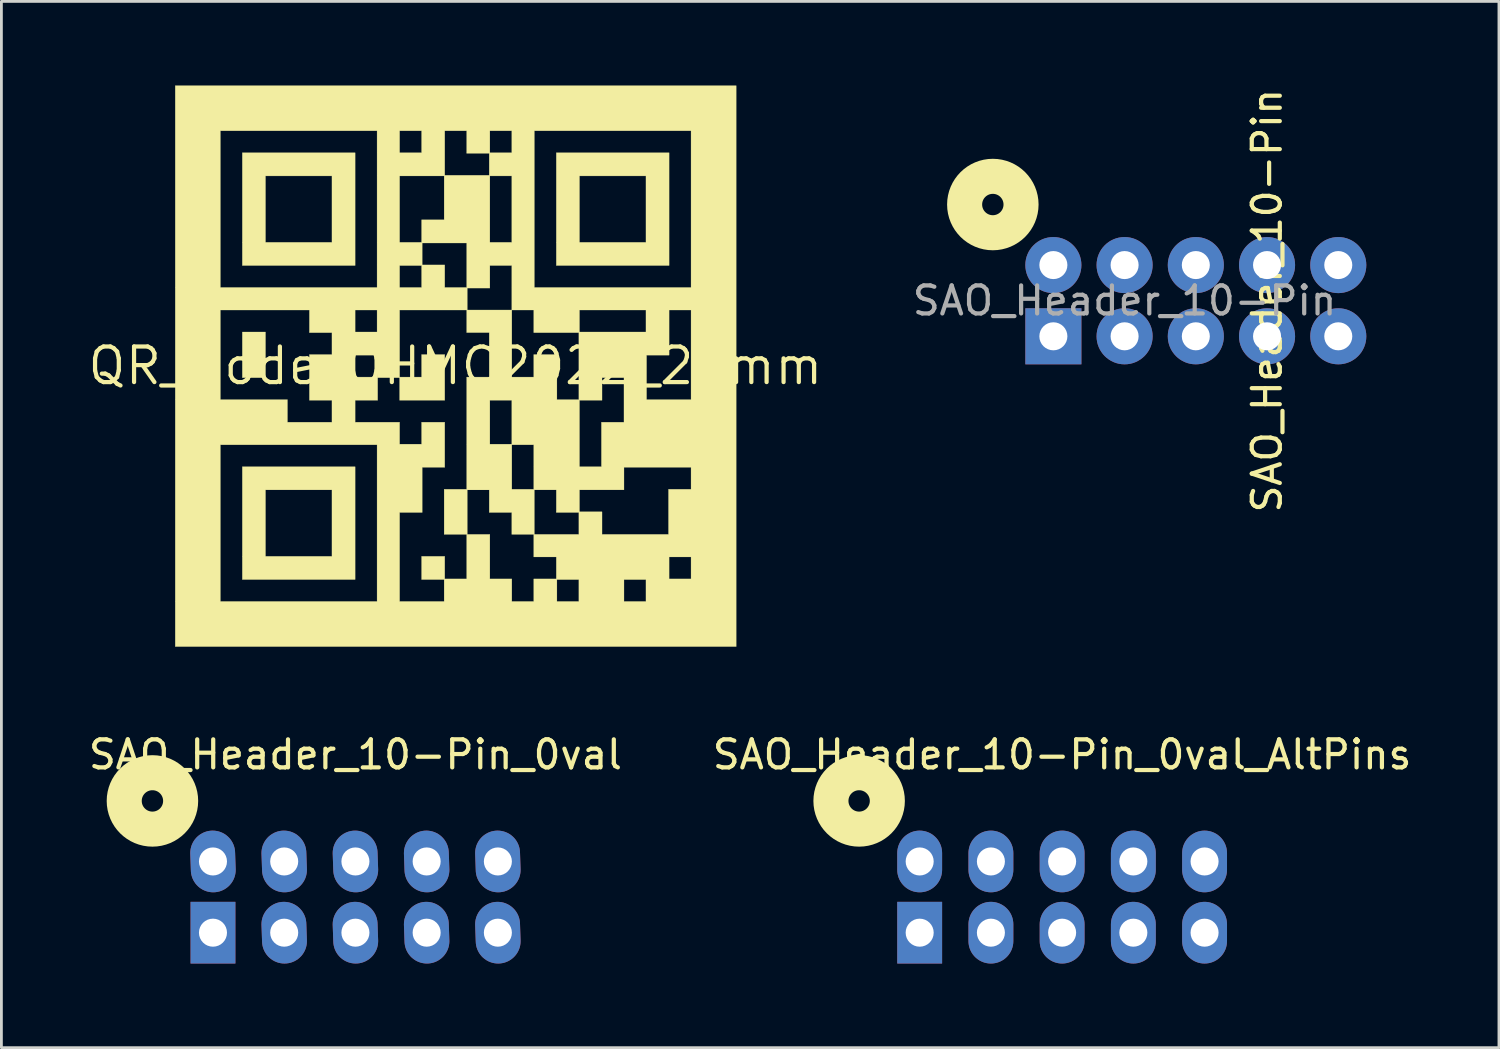
<source format=kicad_pcb>
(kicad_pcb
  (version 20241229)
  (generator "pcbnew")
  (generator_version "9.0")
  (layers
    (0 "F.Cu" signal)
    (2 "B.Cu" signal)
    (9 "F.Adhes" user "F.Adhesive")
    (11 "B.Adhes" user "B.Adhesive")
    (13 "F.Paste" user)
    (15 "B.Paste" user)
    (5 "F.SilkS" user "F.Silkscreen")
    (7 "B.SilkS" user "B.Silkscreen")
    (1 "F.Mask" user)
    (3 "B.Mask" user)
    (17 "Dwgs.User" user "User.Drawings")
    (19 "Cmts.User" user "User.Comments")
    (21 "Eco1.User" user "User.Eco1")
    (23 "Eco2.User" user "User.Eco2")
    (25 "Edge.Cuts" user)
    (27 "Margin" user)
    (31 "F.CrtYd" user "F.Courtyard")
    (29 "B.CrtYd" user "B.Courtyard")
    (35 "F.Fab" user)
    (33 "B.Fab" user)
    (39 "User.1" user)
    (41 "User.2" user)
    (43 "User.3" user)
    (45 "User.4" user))
  (footprint "SAO_Header_10-Pin_0val_AltPins"
    (layer "F.Cu")
    (at 34.827 28.941)
    (property "Reference" "SAO_Header_10-Pin_0val_AltPins" (at 0 -5.08 180) (layer "F.SilkS") (effects (font (size 1 1) (thickness 0.15))))
    (attr through_hole)
    (fp_circle (center -7.239 -3.429) (end -6.858 -3.429) (stroke (width 1.25) (type solid)) (fill no) (layer "F.SilkS"))
    (pad "1" thru_hole oval (at -5.08 -1.27 90) (size 2.2 1.6) (drill 1) (layers "*.Cu" "*.Mask"))
    (pad "2" thru_hole rect (at -5.08 1.27 90) (size 2.2 1.6) (drill 1) (layers "*.Cu" "*.Mask"))
    (pad "3" thru_hole oval (at -2.54 -1.27 90) (size 2.2 1.6) (drill 1) (layers "*.Cu" "*.Mask"))
    (pad "4" thru_hole oval (at -2.54 1.27 90) (size 2.2 1.6) (drill 1) (layers "*.Cu" "*.Mask"))
    (pad "5" thru_hole oval (at 0 -1.27 90) (size 2.2 1.6) (drill 1) (layers "*.Cu" "*.Mask"))
    (pad "6" thru_hole oval (at 0 1.27 90) (size 2.2 1.6) (drill 1) (layers "*.Cu" "*.Mask"))
    (pad "7" thru_hole oval (at 2.54 -1.27 90) (size 2.2 1.6) (drill 1) (layers "*.Cu" "*.Mask"))
    (pad "8" thru_hole oval (at 2.54 1.27 90) (size 2.2 1.6) (drill 1) (layers "*.Cu" "*.Mask"))
    (pad "9" thru_hole oval (at 5.08 -1.27 90) (size 2.2 1.6) (drill 1) (layers "*.Cu" "*.Mask"))
    (pad "10" thru_hole oval (at 5.08 1.27 90) (size 2.2 1.6) (drill 1) (layers "*.Cu" "*.Mask")))
  (footprint "SAO_Header_10-Pin_0val"
    (layer "F.Cu")
    (at 9.625 28.941)
    (property "Reference" "SAO_Header_10-Pin_0val" (at 0 -5.08 180) (layer "F.SilkS") (effects (font (size 1 1) (thickness 0.15))))
    (attr through_hole)
    (fp_circle (center -7.239 -3.429) (end -6.858 -3.429) (stroke (width 1.25) (type solid)) (fill no) (layer "F.SilkS"))
    (pad "1" thru_hole oval (at -5.08 -1.27 92) (size 2.2 1.6) (drill 1) (layers "*.Cu" "*.Mask"))
    (pad "2" thru_hole oval (at -2.54 -1.27 92) (size 2.2 1.6) (drill 1) (layers "*.Cu" "*.Mask"))
    (pad "3" thru_hole oval (at 0 -1.27 92) (size 2.2 1.6) (drill 1) (layers "*.Cu" "*.Mask"))
    (pad "4" thru_hole oval (at 2.54 -1.27 92) (size 2.2 1.6) (drill 1) (layers "*.Cu" "*.Mask"))
    (pad "5" thru_hole oval (at 5.08 -1.27 92) (size 2.2 1.6) (drill 1) (layers "*.Cu" "*.Mask"))
    (pad "6" thru_hole oval (at 5.08 1.27 92) (size 2.2 1.6) (drill 1) (layers "*.Cu" "*.Mask"))
    (pad "7" thru_hole oval (at 2.54 1.27 92) (size 2.2 1.6) (drill 1) (layers "*.Cu" "*.Mask"))
    (pad "8" thru_hole oval (at 0 1.27 92) (size 2.2 1.6) (drill 1) (layers "*.Cu" "*.Mask"))
    (pad "9" thru_hole oval (at -2.54 1.27 92) (size 2.2 1.6) (drill 1) (layers "*.Cu" "*.Mask"))
    (pad "10" thru_hole rect (at -5.08 1.27 90) (size 2.2 1.6) (drill 1) (layers "*.Cu" "*.Mask")))
  (footprint "SAO_Header_10-Pin"
    (layer "F.Cu")
    (at 39.595 7.673)
    (property "Reference" "SAO_Header_10-Pin" (at 2.54 0 90) (layer "F.SilkS") (effects (font (size 1 1) (thickness 0.15))))
    (attr through_hole)
    (fp_circle (center -7.239 -3.429) (end -6.858 -3.429) (stroke (width 1.25) (type solid)) (fill no) (layer "F.SilkS"))
    (fp_text user "${REFERENCE}" (at -2.54 0 180) (layer "F.Fab") (effects (font (size 1 1) (thickness 0.15))))
    (pad "1" thru_hole circle (at -5.08 -1.27 92) (size 2 2) (drill 1) (layers "*.Cu" "*.Mask"))
    (pad "2" thru_hole circle (at -2.54 -1.27 92) (size 2 2) (drill 1) (layers "*.Cu" "*.Mask"))
    (pad "3" thru_hole circle (at 0 -1.27 92) (size 2 2) (drill 1) (layers "*.Cu" "*.Mask"))
    (pad "4" thru_hole circle (at 2.54 -1.27 92) (size 2 2) (drill 1) (layers "*.Cu" "*.Mask"))
    (pad "5" thru_hole circle (at 5.08 -1.27 92) (size 2 2) (drill 1) (layers "*.Cu" "*.Mask"))
    (pad "6" thru_hole circle (at 5.08 1.27 90) (size 2 2) (drill 1) (layers "*.Cu" "*.Mask"))
    (pad "7" thru_hole circle (at 2.54 1.27 90) (size 2 2) (drill 1) (layers "*.Cu" "*.Mask"))
    (pad "8" thru_hole circle (at 0 1.27 90) (size 2 2) (drill 1) (layers "*.Cu" "*.Mask"))
    (pad "9" thru_hole circle (at -2.54 1.27 90) (size 2 2) (drill 1) (layers "*.Cu" "*.Mask"))
    (pad "10" thru_hole rect (at -5.08 1.27 90) (size 2 2) (drill 1) (layers "*.Cu" "*.Mask")))
  (footprint "QR_Code_OHMC2022_20mm"
    (layer "F.Cu")
    (at 13.191 9.996)
    (property "Reference" "QR_Code_OHMC2022_20mm" (at 0 0 0) (layer "F.SilkS") (effects (font (size 1.27 1.27) (thickness 0.15))))
    (attr through_hole)
    (fp_poly (pts (xy -6.773 0.423) (xy -7.599 0.423) (xy -7.599 -1.206) (xy -6.773 -1.206) (xy -6.773 0.423)) (stroke (width 0.01) (type solid)) (fill yes) (layer "F.SilkS"))
    (fp_poly (pts (xy -3.577 -3.577) (xy -7.599 -3.577) (xy -7.599 -6.773) (xy -6.773 -6.773) (xy -6.773 -4.403) (xy -4.403 -4.403) (xy -4.403 -6.773) (xy -6.773 -6.773) (xy -7.599 -6.773) (xy -7.599 -7.599) (xy -3.577 -7.599) (xy -3.577 -3.577)) (stroke (width 0.01) (type solid)) (fill yes) (layer "F.SilkS"))
    (fp_poly (pts (xy -3.577 7.62) (xy -7.599 7.62) (xy -7.599 4.424) (xy -6.773 4.424) (xy -6.773 6.795) (xy -4.403 6.795) (xy -4.403 4.424) (xy -6.773 4.424) (xy -7.599 4.424) (xy -7.599 3.598) (xy -3.577 3.598) (xy -3.577 7.62)) (stroke (width 0.01) (type solid)) (fill yes) (layer "F.SilkS"))
    (fp_poly (pts (xy 7.62 -3.577) (xy 3.598 -3.577) (xy 3.598 -6.773) (xy 4.424 -6.773) (xy 4.424 -4.403) (xy 6.795 -4.403) (xy 6.795 -6.773) (xy 4.424 -6.773) (xy 3.598 -6.773) (xy 3.598 -7.599) (xy 7.62 -7.599) (xy 7.62 -3.577)) (stroke (width 0.01) (type solid)) (fill yes) (layer "F.SilkS"))
    (fp_poly (pts (xy 10.012 10.012) (xy -9.991 10.012) (xy -9.991 2.815) (xy -8.382 2.815) (xy -8.382 8.403) (xy -2.794 8.403) (xy -2.794 2.815) (xy -8.382 2.815) (xy -9.991 2.815) (xy -9.991 -1.99) (xy -8.382 -1.99) (xy -8.382 1.206) (xy -5.99 1.206) (xy -5.99 2.011) (xy -4.403 2.011) (xy -4.403 1.228) (xy -3.577 1.228) (xy -3.577 2.011) (xy -1.99 2.011) (xy -1.99 2.794) (xy -1.206 2.794) (xy -1.206 2.011) (xy -0.381 2.011) (xy -0.381 3.619) (xy -1.185 3.619) (xy -1.185 5.228) (xy -1.99 5.228) (xy -1.99 8.403) (xy -0.402 8.403) (xy -0.402 7.62) (xy -1.206 7.62) (xy -1.206 6.795) (xy -0.381 6.795) (xy -0.381 7.599) (xy 0.402 7.599) (xy 0.402 6.011) (xy -0.402 6.011) (xy -0.402 4.424) (xy 0.423 4.424) (xy 0.423 6.011) (xy 1.228 6.011) (xy 1.228 7.599) (xy 2.011 7.599) (xy 2.011 8.403) (xy 2.794 8.403) (xy 2.794 7.62) (xy 3.619 7.62) (xy 3.619 8.403) (xy 4.403 8.403) (xy 4.403 7.62) (xy 6.011 7.62) (xy 6.011 8.403) (xy 6.795 8.403) (xy 6.795 7.62) (xy 6.011 7.62) (xy 4.403 7.62) (xy 3.619 7.62) (xy 2.794 7.62) (xy 2.794 7.599) (xy 3.598 7.599) (xy 3.598 6.816) (xy 7.62 6.816) (xy 7.62 7.599) (xy 8.403 7.599) (xy 8.403 6.816) (xy 7.62 6.816) (xy 3.598 6.816) (xy 2.794 6.816) (xy 2.794 6.011) (xy 2.011 6.011) (xy 2.011 5.228) (xy 1.206 5.228) (xy 1.206 4.424) (xy 2.815 4.424) (xy 2.815 6.011) (xy 4.403 6.011) (xy 4.403 5.228) (xy 3.598 5.228) (xy 3.598 4.424) (xy 4.424 4.424) (xy 4.424 5.207) (xy 5.228 5.207) (xy 5.228 6.011) (xy 7.599 6.011) (xy 7.599 4.403) (xy 8.403 4.403) (xy 8.403 3.619) (xy 6.011 3.619) (xy 6.011 4.424) (xy 4.424 4.424) (xy 3.598 4.424) (xy 2.815 4.424) (xy 1.206 4.424) (xy 0.423 4.424) (xy -0.402 4.424) (xy -0.402 4.403) (xy 0.402 4.403) (xy 0.402 2.815) (xy 2.011 2.815) (xy 2.011 4.403) (xy 2.794 4.403) (xy 2.794 2.815) (xy 2.011 2.815) (xy 0.402 2.815) (xy 0.402 1.228) (xy 1.228 1.228) (xy 1.228 2.794) (xy 2.011 2.794) (xy 2.011 1.228) (xy 4.424 1.228) (xy 4.424 3.598) (xy 5.207 3.598) (xy 5.207 2.011) (xy 6.011 2.011) (xy 6.011 0.423) (xy 5.228 0.423) (xy 5.228 1.228) (xy 4.424 1.228) (xy 2.011 1.228) (xy 1.228 1.228) (xy 0.402 1.228) (xy 0.402 0.402) (xy 1.206 0.402) (xy 1.206 -1.185) (xy 0.402 -1.185) (xy 0.402 -1.99) (xy -1.99 -1.99) (xy -1.99 0.402) (xy -1.206 0.402) (xy -1.206 -0.402) (xy -0.381 -0.402) (xy -0.381 1.228) (xy -1.99 1.228) (xy -1.99 0.423) (xy -2.773 0.423) (xy -2.773 1.228) (xy -3.577 1.228) (xy -4.403 1.228) (xy -5.207 1.228) (xy -5.207 -0.381) (xy -3.577 -0.381) (xy -3.577 0.402) (xy -2.794 0.402) (xy -2.794 -0.381) (xy -3.577 -0.381) (xy -5.207 -0.381) (xy -5.207 -0.402) (xy -4.403 -0.402) (xy -4.403 -1.185) (xy -5.207 -1.185) (xy -5.207 -1.99) (xy -3.577 -1.99) (xy -3.577 -1.206) (xy -2.794 -1.206) (xy -2.794 -1.99) (xy -3.577 -1.99) (xy -5.207 -1.99) (xy -8.382 -1.99) (xy -9.991 -1.99) (xy -9.991 -2.773) (xy 0.423 -2.773) (xy 0.423 -1.99) (xy 2.011 -1.99) (xy 2.011 0.402) (xy 2.794 0.402) (xy 2.794 -0.402) (xy 3.619 -0.402) (xy 3.619 1.206) (xy 4.403 1.206) (xy 4.403 -0.381) (xy 6.816 -0.381) (xy 6.816 1.206) (xy 8.403 1.206) (xy 8.403 -1.99) (xy 7.62 -1.99) (xy 7.62 -0.381) (xy 6.816 -0.381) (xy 4.403 -0.381) (xy 4.403 -1.185) (xy 2.794 -1.185) (xy 2.794 -1.99) (xy 4.424 -1.99) (xy 4.424 -1.206) (xy 6.795 -1.206) (xy 6.795 -1.99) (xy 4.424 -1.99) (xy 2.794 -1.99) (xy 2.011 -1.99) (xy 2.011 -3.577) (xy 1.228 -3.577) (xy 1.228 -2.773) (xy 0.423 -2.773) (xy -9.991 -2.773) (xy -9.991 -8.382) (xy -8.382 -8.382) (xy -8.382 -2.794) (xy -2.794 -2.794) (xy -2.794 -3.577) (xy -1.99 -3.577) (xy -1.99 -2.794) (xy -1.206 -2.794) (xy -1.206 -3.577) (xy -1.99 -3.577) (xy -2.794 -3.577) (xy -2.794 -4.381) (xy -1.185 -4.381) (xy -1.185 -3.598) (xy -0.381 -3.598) (xy -0.381 -2.794) (xy 0.402 -2.794) (xy 0.402 -4.381) (xy -1.185 -4.381) (xy -2.794 -4.381) (xy -2.794 -6.773) (xy -1.99 -6.773) (xy -1.99 -4.403) (xy -1.206 -4.403) (xy -1.206 -5.207) (xy -0.402 -5.207) (xy -0.402 -6.773) (xy 1.228 -6.773) (xy 1.228 -4.403) (xy 2.011 -4.403) (xy 2.011 -6.773) (xy 1.228 -6.773) (xy -0.402 -6.773) (xy -1.99 -6.773) (xy -2.794 -6.773) (xy -2.794 -8.382) (xy -1.99 -8.382) (xy -1.99 -7.599) (xy -1.206 -7.599) (xy -1.206 -8.382) (xy -0.381 -8.382) (xy -0.381 -6.795) (xy 1.206 -6.795) (xy 1.206 -7.578) (xy 0.402 -7.578) (xy 0.402 -8.382) (xy 1.228 -8.382) (xy 1.228 -7.599) (xy 2.011 -7.599) (xy 2.011 -8.382) (xy 2.815 -8.382) (xy 2.815 -2.794) (xy 8.403 -2.794) (xy 8.403 -8.382) (xy 2.815 -8.382) (xy 2.011 -8.382) (xy 1.228 -8.382) (xy 0.402 -8.382) (xy -0.381 -8.382) (xy -1.206 -8.382) (xy -1.99 -8.382) (xy -2.794 -8.382) (xy -8.382 -8.382) (xy -9.991 -8.382) (xy -9.991 -9.991) (xy 10.012 -9.991) (xy 10.012 10.012)) (stroke (width 0.01) (type solid)) (fill yes) (layer "F.SilkS")))
  (gr_rect
    (start -3 -3)
    (end 50.405 34.311)
    (stroke (width 0.1) (type default))
    (fill no)
    (layer "Edge.Cuts")))
</source>
